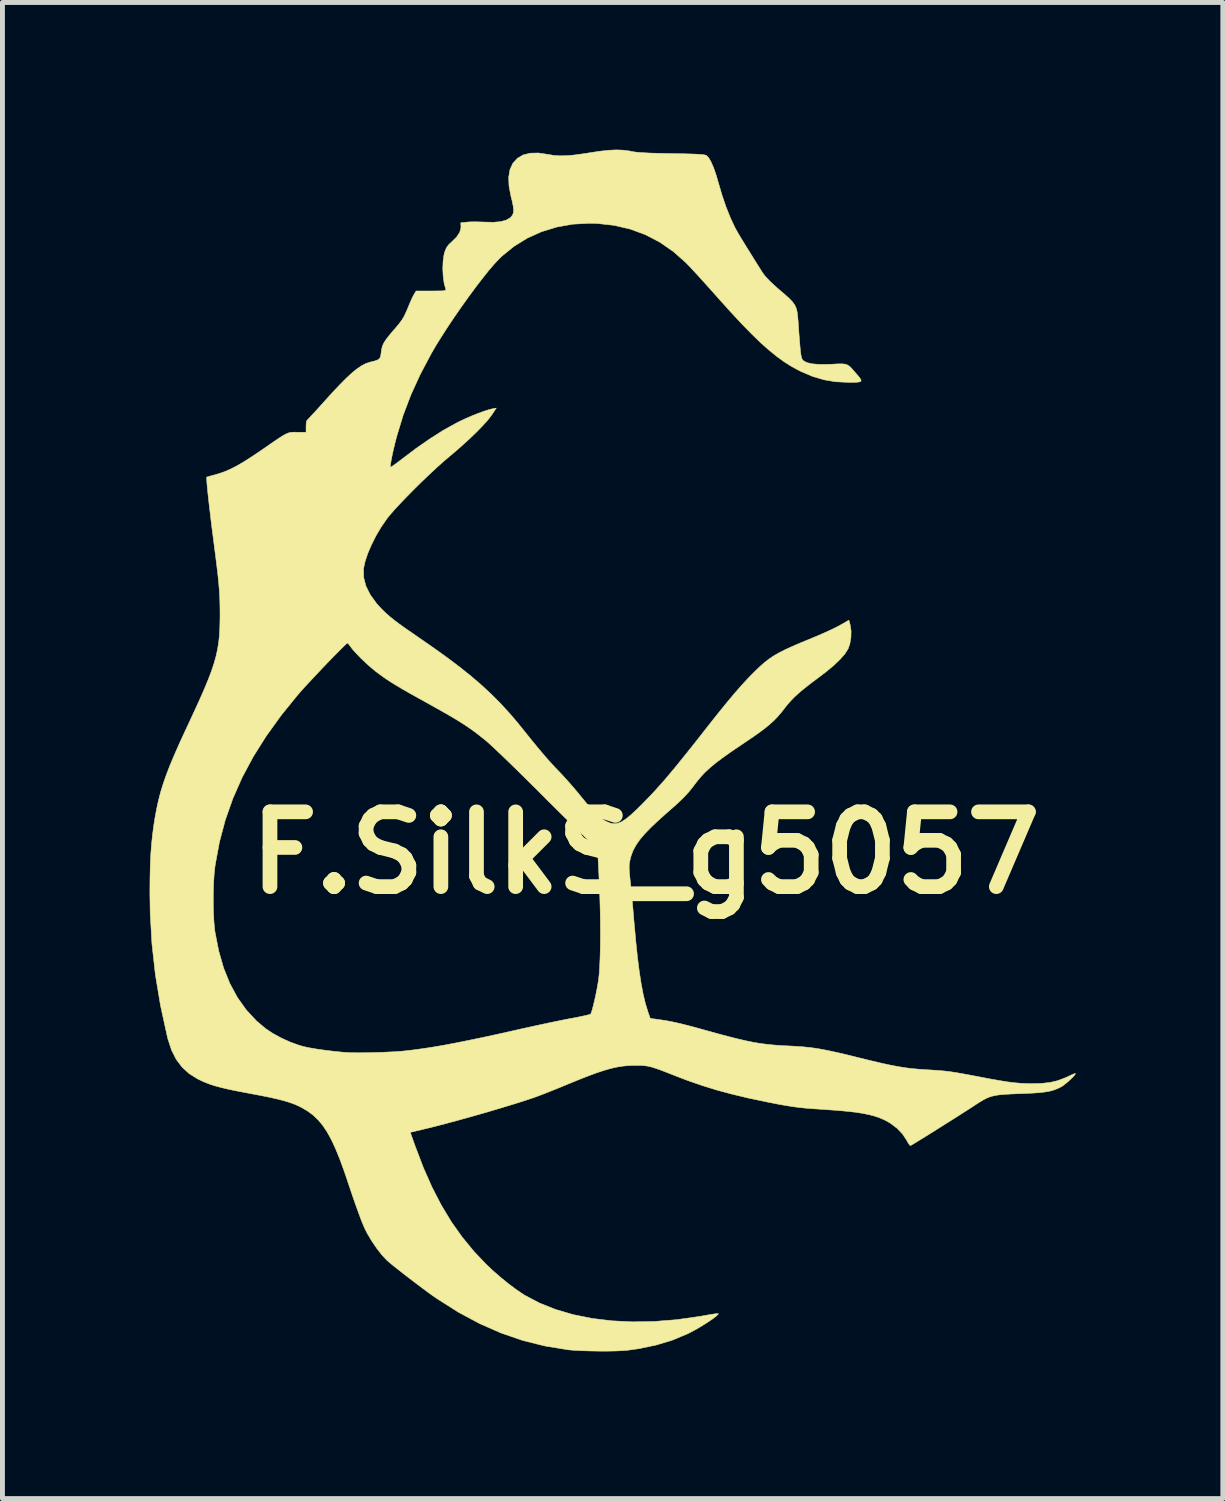
<source format=kicad_pcb>
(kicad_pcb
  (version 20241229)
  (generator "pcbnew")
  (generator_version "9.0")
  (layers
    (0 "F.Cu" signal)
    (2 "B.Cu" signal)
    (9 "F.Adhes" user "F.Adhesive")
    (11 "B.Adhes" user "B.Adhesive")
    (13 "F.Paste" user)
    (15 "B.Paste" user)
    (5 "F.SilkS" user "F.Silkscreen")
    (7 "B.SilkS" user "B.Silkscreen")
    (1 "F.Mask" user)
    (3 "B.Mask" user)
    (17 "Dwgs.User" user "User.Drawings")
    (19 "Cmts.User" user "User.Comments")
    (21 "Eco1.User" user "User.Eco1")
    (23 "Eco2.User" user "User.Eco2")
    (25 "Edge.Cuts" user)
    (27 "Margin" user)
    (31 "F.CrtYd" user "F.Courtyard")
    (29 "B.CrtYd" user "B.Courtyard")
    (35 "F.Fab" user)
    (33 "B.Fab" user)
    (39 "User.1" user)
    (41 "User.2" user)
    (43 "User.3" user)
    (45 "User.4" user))
  (footprint "F.SilkS_g5057"
    (layer "F.Cu")
    (at 10.109 14.332)
    (property "Reference" "F.SilkS_g5057" (at 0 0 0) (layer "F.SilkS") (effects (font (size 1.524 1.524) (thickness 0.3))))
    (attr through_hole)
    (fp_poly (pts (xy -0.463 -14.322) (xy -0.336 -14.306) (xy -0.286 -14.295) (xy -0.225 -14.285) (xy -0.146 -14.276) (xy -0.042 -14.269) (xy 0.09 -14.262) (xy 0.254 -14.258) (xy 0.455 -14.253) (xy 0.529 -14.252) (xy 0.725 -14.249) (xy 0.883 -14.245) (xy 1.007 -14.241) (xy 1.1 -14.236) (xy 1.167 -14.23) (xy 1.212 -14.223) (xy 1.238 -14.214) (xy 1.242 -14.212) (xy 1.287 -14.164) (xy 1.336 -14.078) (xy 1.388 -13.958) (xy 1.44 -13.806) (xy 1.491 -13.631) (xy 1.559 -13.399) (xy 1.638 -13.168) (xy 1.724 -12.952) (xy 1.811 -12.764) (xy 1.811 -12.764) (xy 1.837 -12.715) (xy 1.871 -12.654) (xy 1.916 -12.577) (xy 1.974 -12.481) (xy 2.046 -12.364) (xy 2.135 -12.221) (xy 2.242 -12.049) (xy 2.37 -11.845) (xy 2.382 -11.825) (xy 2.442 -11.746) (xy 2.532 -11.651) (xy 2.654 -11.538) (xy 2.719 -11.481) (xy 2.837 -11.381) (xy 2.926 -11.3) (xy 2.992 -11.232) (xy 3.038 -11.169) (xy 3.068 -11.104) (xy 3.088 -11.028) (xy 3.1 -10.935) (xy 3.11 -10.817) (xy 3.113 -10.773) (xy 3.126 -10.581) (xy 3.138 -10.428) (xy 3.148 -10.307) (xy 3.157 -10.216) (xy 3.166 -10.148) (xy 3.176 -10.101) (xy 3.187 -10.068) (xy 3.199 -10.047) (xy 3.214 -10.032) (xy 3.215 -10.03) (xy 3.286 -9.992) (xy 3.39 -9.967) (xy 3.529 -9.955) (xy 3.706 -9.955) (xy 3.792 -9.958) (xy 3.914 -9.965) (xy 4.003 -9.966) (xy 4.068 -9.96) (xy 4.119 -9.941) (xy 4.165 -9.908) (xy 4.216 -9.855) (xy 4.281 -9.779) (xy 4.293 -9.766) (xy 4.351 -9.698) (xy 4.385 -9.65) (xy 4.393 -9.619) (xy 4.371 -9.601) (xy 4.317 -9.592) (xy 4.225 -9.589) (xy 4.125 -9.589) (xy 3.873 -9.601) (xy 3.636 -9.641) (xy 3.403 -9.71) (xy 3.162 -9.813) (xy 3.122 -9.833) (xy 2.974 -9.913) (xy 2.824 -10.008) (xy 2.671 -10.119) (xy 2.51 -10.25) (xy 2.339 -10.402) (xy 2.156 -10.58) (xy 1.957 -10.784) (xy 1.74 -11.017) (xy 1.501 -11.283) (xy 1.484 -11.302) (xy 1.362 -11.439) (xy 1.239 -11.576) (xy 1.121 -11.707) (xy 1.012 -11.826) (xy 0.918 -11.927) (xy 0.844 -12.004) (xy 0.826 -12.023) (xy 0.57 -12.251) (xy 0.294 -12.443) (xy -0.000317 -12.597) (xy -0.312 -12.712) (xy -0.641 -12.789) (xy -0.985 -12.827) (xy -1.143 -12.831) (xy -1.483 -12.813) (xy -1.809 -12.755) (xy -2.119 -12.66) (xy -2.411 -12.529) (xy -2.683 -12.361) (xy -2.932 -12.159) (xy -2.994 -12.098) (xy -3.089 -11.996) (xy -3.202 -11.864) (xy -3.328 -11.705) (xy -3.465 -11.527) (xy -3.608 -11.333) (xy -3.752 -11.131) (xy -3.896 -10.924) (xy -4.034 -10.718) (xy -4.162 -10.519) (xy -4.278 -10.332) (xy -4.366 -10.181) (xy -4.592 -9.754) (xy -4.783 -9.337) (xy -4.941 -8.922) (xy -5.069 -8.501) (xy -5.101 -8.382) (xy -5.135 -8.24) (xy -5.164 -8.112) (xy -5.185 -8.004) (xy -5.199 -7.923) (xy -5.203 -7.873) (xy -5.2 -7.86) (xy -5.181 -7.868) (xy -5.135 -7.899) (xy -5.07 -7.946) (xy -4.991 -8.006) (xy -4.986 -8.01) (xy -4.679 -8.242) (xy -4.391 -8.442) (xy -4.12 -8.614) (xy -3.858 -8.759) (xy -3.799 -8.789) (xy -3.679 -8.846) (xy -3.548 -8.903) (xy -3.416 -8.956) (xy -3.292 -9.001) (xy -3.188 -9.034) (xy -3.125 -9.05) (xy -3.043 -9.065) (xy -3.133 -8.93) (xy -3.208 -8.831) (xy -3.313 -8.713) (xy -3.443 -8.579) (xy -3.594 -8.434) (xy -3.761 -8.282) (xy -3.939 -8.128) (xy -3.99 -8.086) (xy -4.117 -7.978) (xy -4.259 -7.851) (xy -4.41 -7.71) (xy -4.565 -7.562) (xy -4.718 -7.411) (xy -4.865 -7.262) (xy -5 -7.121) (xy -5.119 -6.993) (xy -5.215 -6.883) (xy -5.274 -6.808) (xy -5.389 -6.642) (xy -5.494 -6.464) (xy -5.586 -6.282) (xy -5.662 -6.105) (xy -5.717 -5.941) (xy -5.748 -5.799) (xy -5.75 -5.78) (xy -5.746 -5.61) (xy -5.701 -5.437) (xy -5.614 -5.262) (xy -5.486 -5.085) (xy -5.421 -5.012) (xy -5.353 -4.942) (xy -5.285 -4.876) (xy -5.21 -4.811) (xy -5.124 -4.742) (xy -5.022 -4.665) (xy -4.897 -4.575) (xy -4.744 -4.47) (xy -4.646 -4.402) (xy -4.33 -4.183) (xy -4.047 -3.98) (xy -3.792 -3.788) (xy -3.562 -3.604) (xy -3.351 -3.423) (xy -3.155 -3.242) (xy -2.97 -3.057) (xy -2.791 -2.863) (xy -2.614 -2.657) (xy -2.434 -2.434) (xy -2.419 -2.415) (xy -2.305 -2.273) (xy -2.187 -2.13) (xy -2.071 -1.992) (xy -1.962 -1.867) (xy -1.868 -1.764) (xy -1.81 -1.704) (xy -1.714 -1.604) (xy -1.604 -1.483) (xy -1.489 -1.353) (xy -1.381 -1.225) (xy -1.329 -1.161) (xy -1.206 -1.011) (xy -1.103 -0.891) (xy -1.014 -0.798) (xy -0.936 -0.728) (xy -0.864 -0.675) (xy -0.796 -0.636) (xy -0.716 -0.604) (xy -0.641 -0.592) (xy -0.565 -0.602) (xy -0.485 -0.635) (xy -0.394 -0.695) (xy -0.288 -0.783) (xy -0.162 -0.901) (xy -0.126 -0.937) (xy -0.019 -1.045) (xy 0.083 -1.15) (xy 0.182 -1.255) (xy 0.281 -1.365) (xy 0.384 -1.481) (xy 0.493 -1.61) (xy 0.612 -1.753) (xy 0.743 -1.915) (xy 0.891 -2.099) (xy 1.057 -2.308) (xy 1.245 -2.548) (xy 1.28 -2.593) (xy 1.478 -2.843) (xy 1.655 -3.061) (xy 1.814 -3.251) (xy 1.959 -3.417) (xy 2.093 -3.562) (xy 2.218 -3.689) (xy 2.236 -3.707) (xy 2.334 -3.8) (xy 2.425 -3.88) (xy 2.515 -3.95) (xy 2.61 -4.014) (xy 2.716 -4.075) (xy 2.839 -4.138) (xy 2.986 -4.205) (xy 3.162 -4.281) (xy 3.298 -4.337) (xy 3.498 -4.42) (xy 3.663 -4.492) (xy 3.8 -4.555) (xy 3.916 -4.613) (xy 4.015 -4.667) (xy 4.045 -4.684) (xy 4.143 -4.742) (xy 4.169 -4.648) (xy 4.188 -4.526) (xy 4.185 -4.389) (xy 4.162 -4.256) (xy 4.128 -4.159) (xy 4.065 -4.059) (xy 3.965 -3.944) (xy 3.831 -3.816) (xy 3.665 -3.679) (xy 3.545 -3.588) (xy 3.378 -3.463) (xy 3.24 -3.355) (xy 3.126 -3.26) (xy 3.031 -3.173) (xy 2.95 -3.089) (xy 2.875 -3.002) (xy 2.832 -2.947) (xy 2.76 -2.855) (xy 2.69 -2.774) (xy 2.616 -2.697) (xy 2.534 -2.622) (xy 2.438 -2.543) (xy 2.324 -2.457) (xy 2.185 -2.359) (xy 2.018 -2.246) (xy 1.934 -2.189) (xy 1.734 -2.054) (xy 1.567 -1.935) (xy 1.427 -1.83) (xy 1.31 -1.732) (xy 1.21 -1.64) (xy 1.124 -1.548) (xy 1.046 -1.453) (xy 1.022 -1.422) (xy 0.952 -1.33) (xy 0.887 -1.249) (xy 0.819 -1.172) (xy 0.742 -1.094) (xy 0.65 -1.007) (xy 0.536 -0.905) (xy 0.433 -0.815) (xy 0.25 -0.651) (xy 0.099 -0.508) (xy -0.024 -0.38) (xy -0.121 -0.265) (xy -0.196 -0.156) (xy -0.253 -0.052) (xy -0.293 0.053) (xy -0.31 0.114) (xy -0.323 0.171) (xy -0.332 0.222) (xy -0.335 0.275) (xy -0.334 0.34) (xy -0.328 0.424) (xy -0.317 0.538) (xy -0.31 0.601) (xy -0.297 0.727) (xy -0.282 0.883) (xy -0.266 1.057) (xy -0.25 1.236) (xy -0.236 1.408) (xy -0.232 1.45) (xy -0.199 1.813) (xy -0.165 2.135) (xy -0.129 2.42) (xy -0.09 2.67) (xy -0.049 2.887) (xy -0.004 3.073) (xy 0.044 3.23) (xy 0.049 3.246) (xy 0.095 3.375) (xy 0.286 3.401) (xy 0.394 3.417) (xy 0.506 3.437) (xy 0.628 3.463) (xy 0.767 3.496) (xy 0.93 3.538) (xy 1.123 3.59) (xy 1.232 3.621) (xy 1.481 3.69) (xy 1.696 3.747) (xy 1.883 3.794) (xy 2.048 3.832) (xy 2.198 3.863) (xy 2.339 3.886) (xy 2.477 3.904) (xy 2.618 3.918) (xy 2.769 3.929) (xy 2.932 3.937) (xy 3.08 3.945) (xy 3.215 3.955) (xy 3.343 3.968) (xy 3.471 3.985) (xy 3.606 4.008) (xy 3.754 4.038) (xy 3.923 4.075) (xy 4.119 4.121) (xy 4.348 4.178) (xy 4.354 4.179) (xy 4.59 4.237) (xy 4.793 4.285) (xy 4.968 4.323) (xy 5.123 4.353) (xy 5.265 4.377) (xy 5.401 4.395) (xy 5.538 4.408) (xy 5.683 4.419) (xy 5.757 4.423) (xy 5.886 4.431) (xy 6 4.439) (xy 6.106 4.449) (xy 6.213 4.462) (xy 6.329 4.48) (xy 6.462 4.503) (xy 6.619 4.532) (xy 6.809 4.568) (xy 6.829 4.572) (xy 7.045 4.613) (xy 7.228 4.645) (xy 7.384 4.67) (xy 7.522 4.687) (xy 7.649 4.698) (xy 7.773 4.704) (xy 7.863 4.705) (xy 8.068 4.7) (xy 8.243 4.681) (xy 8.399 4.644) (xy 8.548 4.588) (xy 8.604 4.563) (xy 8.675 4.529) (xy 8.729 4.506) (xy 8.758 4.498) (xy 8.76 4.498) (xy 8.753 4.519) (xy 8.721 4.558) (xy 8.671 4.608) (xy 8.611 4.663) (xy 8.549 4.714) (xy 8.494 4.755) (xy 8.471 4.769) (xy 8.398 4.805) (xy 8.325 4.834) (xy 8.243 4.857) (xy 8.148 4.874) (xy 8.032 4.888) (xy 7.89 4.898) (xy 7.714 4.906) (xy 7.631 4.909) (xy 7.453 4.916) (xy 7.31 4.924) (xy 7.195 4.935) (xy 7.101 4.951) (xy 7.02 4.973) (xy 6.945 5.004) (xy 6.868 5.045) (xy 6.783 5.097) (xy 6.737 5.127) (xy 6.638 5.192) (xy 6.521 5.267) (xy 6.391 5.35) (xy 6.253 5.438) (xy 6.111 5.527) (xy 5.97 5.616) (xy 5.835 5.701) (xy 5.71 5.779) (xy 5.599 5.847) (xy 5.508 5.903) (xy 5.441 5.944) (xy 5.403 5.966) (xy 5.395 5.969) (xy 5.377 5.952) (xy 5.347 5.907) (xy 5.321 5.859) (xy 5.238 5.733) (xy 5.123 5.613) (xy 4.986 5.51) (xy 4.883 5.452) (xy 4.785 5.408) (xy 4.681 5.371) (xy 4.566 5.34) (xy 4.436 5.313) (xy 4.285 5.289) (xy 4.108 5.269) (xy 3.901 5.25) (xy 3.657 5.233) (xy 3.588 5.228) (xy 3.414 5.217) (xy 3.265 5.205) (xy 3.131 5.191) (xy 3.001 5.174) (xy 2.863 5.152) (xy 2.709 5.125) (xy 2.527 5.089) (xy 2.472 5.078) (xy 2.099 5) (xy 1.76 4.919) (xy 1.444 4.834) (xy 1.142 4.74) (xy 0.845 4.637) (xy 0.593 4.54) (xy 0.433 4.477) (xy 0.306 4.428) (xy 0.203 4.392) (xy 0.119 4.366) (xy 0.046 4.349) (xy -0.023 4.339) (xy -0.095 4.334) (xy -0.176 4.333) (xy -0.212 4.333) (xy -0.335 4.336) (xy -0.456 4.347) (xy -0.578 4.366) (xy -0.708 4.395) (xy -0.851 4.436) (xy -1.011 4.489) (xy -1.195 4.558) (xy -1.407 4.642) (xy -1.606 4.724) (xy -1.754 4.785) (xy -1.905 4.846) (xy -2.051 4.904) (xy -2.18 4.953) (xy -2.283 4.991) (xy -2.307 4.999) (xy -2.509 5.066) (xy -2.744 5.139) (xy -3.002 5.217) (xy -3.275 5.298) (xy -3.554 5.377) (xy -3.831 5.454) (xy -4.097 5.526) (xy -4.342 5.589) (xy -4.552 5.64) (xy -4.797 5.698) (xy -4.698 5.976) (xy -4.531 6.414) (xy -4.354 6.815) (xy -4.164 7.182) (xy -3.96 7.521) (xy -3.738 7.834) (xy -3.497 8.127) (xy -3.268 8.369) (xy -3.122 8.508) (xy -2.961 8.649) (xy -2.796 8.783) (xy -2.636 8.903) (xy -2.493 9) (xy -2.466 9.017) (xy -2.165 9.176) (xy -1.834 9.308) (xy -1.475 9.413) (xy -1.092 9.49) (xy -0.687 9.539) (xy -0.263 9.56) (xy 0.178 9.552) (xy 0.632 9.516) (xy 1.098 9.45) (xy 1.206 9.431) (xy 1.307 9.413) (xy 1.392 9.4) (xy 1.452 9.392) (xy 1.48 9.391) (xy 1.481 9.391) (xy 1.474 9.411) (xy 1.436 9.446) (xy 1.373 9.495) (xy 1.291 9.551) (xy 1.195 9.613) (xy 1.093 9.675) (xy 0.99 9.734) (xy 0.891 9.786) (xy 0.859 9.802) (xy 0.551 9.931) (xy 0.222 10.031) (xy -0.132 10.106) (xy -0.359 10.138) (xy -0.467 10.147) (xy -0.607 10.154) (xy -0.77 10.157) (xy -0.945 10.157) (xy -1.122 10.154) (xy -1.292 10.149) (xy -1.444 10.141) (xy -1.569 10.131) (xy -1.587 10.128) (xy -2.05 10.053) (xy -2.503 9.94) (xy -2.946 9.788) (xy -3.383 9.596) (xy -3.816 9.364) (xy -4.246 9.091) (xy -4.331 9.033) (xy -4.434 8.959) (xy -4.552 8.871) (xy -4.68 8.775) (xy -4.811 8.675) (xy -4.939 8.577) (xy -5.056 8.484) (xy -5.158 8.403) (xy -5.236 8.338) (xy -5.279 8.3) (xy -5.373 8.199) (xy -5.475 8.069) (xy -5.575 7.923) (xy -5.666 7.771) (xy -5.717 7.673) (xy -5.754 7.59) (xy -5.801 7.473) (xy -5.855 7.327) (xy -5.916 7.158) (xy -5.98 6.973) (xy -6.041 6.792) (xy -6.139 6.502) (xy -6.23 6.251) (xy -6.318 6.035) (xy -6.404 5.849) (xy -6.491 5.691) (xy -6.58 5.558) (xy -6.674 5.445) (xy -6.775 5.349) (xy -6.885 5.267) (xy -7.006 5.195) (xy -7.063 5.166) (xy -7.15 5.127) (xy -7.248 5.091) (xy -7.363 5.056) (xy -7.498 5.021) (xy -7.66 4.984) (xy -7.854 4.945) (xy -8.085 4.902) (xy -8.088 4.901) (xy -8.31 4.859) (xy -8.496 4.821) (xy -8.652 4.784) (xy -8.786 4.748) (xy -8.901 4.71) (xy -9.006 4.668) (xy -9.106 4.621) (xy -9.13 4.609) (xy -9.303 4.501) (xy -9.448 4.369) (xy -9.567 4.211) (xy -9.662 4.023) (xy -9.735 3.8) (xy -9.747 3.756) (xy -9.887 3.115) (xy -9.992 2.485) (xy -10.062 1.857) (xy -10.098 1.221) (xy -10.101 1.011) (xy -8.812 1.011) (xy -8.808 1.21) (xy -8.799 1.394) (xy -8.785 1.552) (xy -8.776 1.619) (xy -8.701 2) (xy -8.601 2.349) (xy -8.474 2.664) (xy -8.32 2.949) (xy -8.14 3.202) (xy -7.932 3.426) (xy -7.747 3.582) (xy -7.602 3.679) (xy -7.43 3.773) (xy -7.246 3.857) (xy -7.065 3.922) (xy -6.98 3.947) (xy -6.861 3.973) (xy -6.711 3.999) (xy -6.54 4.023) (xy -6.36 4.045) (xy -6.182 4.063) (xy -6.064 4.072) (xy -5.975 4.075) (xy -5.853 4.076) (xy -5.708 4.075) (xy -5.55 4.071) (xy -5.388 4.067) (xy -5.232 4.06) (xy -5.091 4.053) (xy -4.976 4.044) (xy -4.948 4.042) (xy -4.763 4.021) (xy -4.569 3.995) (xy -4.361 3.964) (xy -4.137 3.926) (xy -3.892 3.88) (xy -3.622 3.826) (xy -3.323 3.764) (xy -2.993 3.692) (xy -2.626 3.61) (xy -2.529 3.588) (xy -2.349 3.548) (xy -2.159 3.507) (xy -1.97 3.466) (xy -1.793 3.43) (xy -1.637 3.398) (xy -1.527 3.377) (xy -1.403 3.354) (xy -1.294 3.331) (xy -1.206 3.312) (xy -1.146 3.297) (xy -1.121 3.288) (xy -1.106 3.256) (xy -1.086 3.19) (xy -1.062 3.099) (xy -1.036 2.989) (xy -1.01 2.869) (xy -0.986 2.747) (xy -0.966 2.631) (xy -0.959 2.587) (xy -0.946 2.468) (xy -0.936 2.312) (xy -0.928 2.125) (xy -0.923 1.912) (xy -0.921 1.678) (xy -0.922 1.428) (xy -0.926 1.169) (xy -0.933 0.906) (xy -0.942 0.643) (xy -0.951 0.472) (xy -0.98 -0.104) (xy -1.12 -0.215) (xy -1.16 -0.25) (xy -1.227 -0.312) (xy -1.318 -0.399) (xy -1.429 -0.506) (xy -1.557 -0.631) (xy -1.699 -0.77) (xy -1.852 -0.922) (xy -2.013 -1.082) (xy -2.148 -1.218) (xy -2.316 -1.385) (xy -2.481 -1.549) (xy -2.64 -1.705) (xy -2.79 -1.85) (xy -2.926 -1.982) (xy -3.046 -2.095) (xy -3.145 -2.188) (xy -3.221 -2.257) (xy -3.26 -2.29) (xy -3.358 -2.368) (xy -3.448 -2.439) (xy -3.537 -2.505) (xy -3.628 -2.568) (xy -3.726 -2.633) (xy -3.835 -2.701) (xy -3.96 -2.776) (xy -4.106 -2.86) (xy -4.278 -2.957) (xy -4.479 -3.069) (xy -4.612 -3.143) (xy -4.8 -3.247) (xy -4.956 -3.337) (xy -5.088 -3.415) (xy -5.202 -3.486) (xy -5.305 -3.554) (xy -5.403 -3.624) (xy -5.49 -3.689) (xy -5.59 -3.77) (xy -5.697 -3.865) (xy -5.802 -3.965) (xy -5.897 -4.063) (xy -5.974 -4.149) (xy -6.014 -4.202) (xy -6.048 -4.248) (xy -6.073 -4.273) (xy -6.078 -4.276) (xy -6.098 -4.261) (xy -6.143 -4.219) (xy -6.208 -4.155) (xy -6.29 -4.072) (xy -6.385 -3.975) (xy -6.489 -3.868) (xy -6.597 -3.755) (xy -6.705 -3.64) (xy -6.81 -3.528) (xy -6.908 -3.423) (xy -6.994 -3.329) (xy -7.064 -3.249) (xy -7.082 -3.229) (xy -7.427 -2.804) (xy -7.731 -2.382) (xy -7.996 -1.961) (xy -8.223 -1.537) (xy -8.412 -1.108) (xy -8.566 -0.672) (xy -8.685 -0.226) (xy -8.77 0.232) (xy -8.778 0.285) (xy -8.794 0.435) (xy -8.805 0.613) (xy -8.811 0.809) (xy -8.812 1.011) (xy -10.101 1.011) (xy -10.104 0.826) (xy -10.102 0.537) (xy -10.097 0.282) (xy -10.087 0.054) (xy -10.072 -0.155) (xy -10.052 -0.354) (xy -10.026 -0.55) (xy -10.001 -0.709) (xy -9.968 -0.888) (xy -9.931 -1.059) (xy -9.888 -1.227) (xy -9.836 -1.397) (xy -9.774 -1.576) (xy -9.701 -1.767) (xy -9.613 -1.977) (xy -9.51 -2.212) (xy -9.389 -2.475) (xy -9.329 -2.603) (xy -9.2 -2.881) (xy -9.089 -3.124) (xy -8.994 -3.34) (xy -8.915 -3.531) (xy -8.849 -3.703) (xy -8.797 -3.86) (xy -8.756 -4.007) (xy -8.725 -4.148) (xy -8.702 -4.288) (xy -8.687 -4.431) (xy -8.679 -4.582) (xy -8.675 -4.745) (xy -8.674 -4.868) (xy -8.675 -4.987) (xy -8.677 -5.096) (xy -8.68 -5.2) (xy -8.686 -5.304) (xy -8.694 -5.414) (xy -8.705 -5.535) (xy -8.719 -5.672) (xy -8.738 -5.831) (xy -8.761 -6.017) (xy -8.789 -6.235) (xy -8.816 -6.445) (xy -8.845 -6.667) (xy -8.87 -6.876) (xy -8.893 -7.068) (xy -8.912 -7.239) (xy -8.928 -7.387) (xy -8.939 -7.506) (xy -8.945 -7.593) (xy -8.947 -7.644) (xy -8.945 -7.657) (xy -8.923 -7.665) (xy -8.871 -7.68) (xy -8.814 -7.695) (xy -8.692 -7.73) (xy -8.575 -7.771) (xy -8.456 -7.823) (xy -8.331 -7.887) (xy -8.192 -7.968) (xy -8.035 -8.068) (xy -7.852 -8.191) (xy -7.789 -8.234) (xy -7.647 -8.333) (xy -7.534 -8.41) (xy -7.446 -8.469) (xy -7.378 -8.511) (xy -7.324 -8.54) (xy -7.278 -8.558) (xy -7.237 -8.568) (xy -7.194 -8.572) (xy -7.145 -8.573) (xy -7.102 -8.572) (xy -6.921 -8.572) (xy -6.921 -8.688) (xy -6.918 -8.754) (xy -6.909 -8.801) (xy -6.901 -8.816) (xy -6.881 -8.835) (xy -6.838 -8.881) (xy -6.775 -8.949) (xy -6.696 -9.035) (xy -6.607 -9.134) (xy -6.554 -9.193) (xy -6.381 -9.384) (xy -6.23 -9.544) (xy -6.099 -9.676) (xy -5.984 -9.782) (xy -5.883 -9.864) (xy -5.792 -9.926) (xy -5.708 -9.97) (xy -5.629 -9.998) (xy -5.609 -10.003) (xy -5.516 -10.026) (xy -5.455 -10.049) (xy -5.42 -10.078) (xy -5.401 -10.121) (xy -5.391 -10.187) (xy -5.388 -10.207) (xy -5.379 -10.273) (xy -5.363 -10.332) (xy -5.337 -10.389) (xy -5.296 -10.454) (xy -5.237 -10.532) (xy -5.155 -10.63) (xy -5.104 -10.688) (xy -5.024 -10.784) (xy -4.965 -10.863) (xy -4.919 -10.941) (xy -4.877 -11.031) (xy -4.849 -11.098) (xy -4.809 -11.195) (xy -4.77 -11.283) (xy -4.737 -11.352) (xy -4.72 -11.382) (xy -4.678 -11.451) (xy -4.369 -11.451) (xy -4.249 -11.452) (xy -4.165 -11.453) (xy -4.111 -11.457) (xy -4.082 -11.463) (xy -4.071 -11.473) (xy -4.073 -11.487) (xy -4.106 -11.605) (xy -4.126 -11.749) (xy -4.134 -11.905) (xy -4.128 -12.057) (xy -4.109 -12.191) (xy -4.096 -12.243) (xy -4.063 -12.326) (xy -4.018 -12.391) (xy -3.954 -12.451) (xy -3.852 -12.551) (xy -3.789 -12.646) (xy -3.764 -12.738) (xy -3.764 -12.763) (xy -3.767 -12.842) (xy -3.641 -12.855) (xy -3.565 -12.86) (xy -3.463 -12.861) (xy -3.351 -12.858) (xy -3.287 -12.856) (xy -3.104 -12.852) (xy -2.958 -12.864) (xy -2.846 -12.894) (xy -2.764 -12.94) (xy -2.748 -12.955) (xy -2.715 -12.995) (xy -2.695 -13.042) (xy -2.69 -13.101) (xy -2.699 -13.181) (xy -2.721 -13.289) (xy -2.744 -13.379) (xy -2.784 -13.587) (xy -2.791 -13.769) (xy -2.765 -13.924) (xy -2.706 -14.053) (xy -2.614 -14.155) (xy -2.497 -14.224) (xy -2.354 -14.26) (xy -2.185 -14.264) (xy -1.99 -14.235) (xy -1.99 -14.235) (xy -1.874 -14.215) (xy -1.751 -14.206) (xy -1.613 -14.209) (xy -1.452 -14.223) (xy -1.262 -14.249) (xy -1.154 -14.266) (xy -0.939 -14.299) (xy -0.757 -14.319) (xy -0.601 -14.327) (xy -0.463 -14.322)) (stroke (width 0.01) (type solid)) (fill yes) (layer "F.SilkS")))
  (gr_rect
    (start -3 -3)
    (end 21.874 27.494)
    (stroke (width 0.1) (type default))
    (fill no)
    (layer "Edge.Cuts")))
</source>
